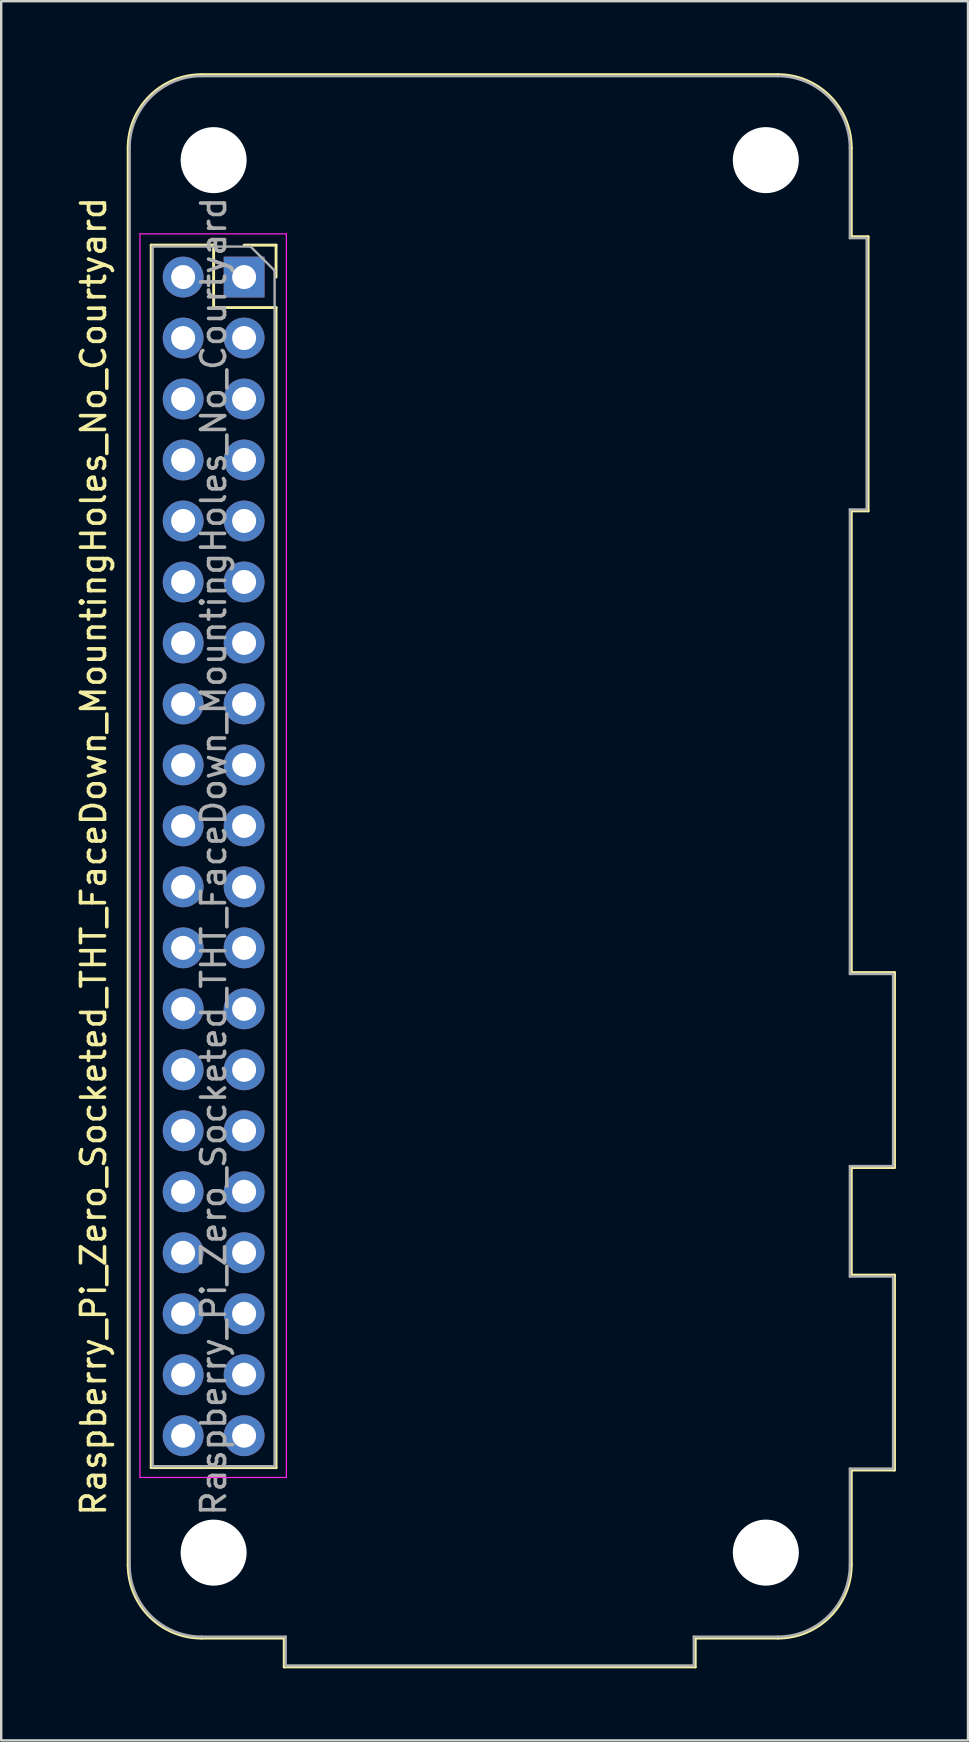
<source format=kicad_pcb>
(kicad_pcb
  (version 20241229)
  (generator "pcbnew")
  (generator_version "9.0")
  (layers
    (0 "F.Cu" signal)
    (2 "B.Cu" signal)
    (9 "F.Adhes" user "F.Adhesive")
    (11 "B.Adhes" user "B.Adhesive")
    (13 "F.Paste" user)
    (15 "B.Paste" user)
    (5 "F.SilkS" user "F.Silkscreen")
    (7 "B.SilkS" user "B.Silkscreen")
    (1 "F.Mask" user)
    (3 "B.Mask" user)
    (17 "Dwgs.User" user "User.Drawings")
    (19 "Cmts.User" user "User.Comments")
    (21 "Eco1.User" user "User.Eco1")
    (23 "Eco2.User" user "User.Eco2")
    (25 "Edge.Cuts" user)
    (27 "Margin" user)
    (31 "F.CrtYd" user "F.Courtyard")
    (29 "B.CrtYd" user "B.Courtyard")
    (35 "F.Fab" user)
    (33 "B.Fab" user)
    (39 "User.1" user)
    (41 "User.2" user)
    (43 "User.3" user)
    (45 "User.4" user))
  (footprint "Raspberry_Pi_Zero_Socketed_THT_FaceDown_MountingHoles_No_Courtyard"
    (layer "F.Cu")
    (at 7.118 8.49)
    (property "Reference" "Raspberry_Pi_Zero_Socketed_THT_FaceDown_MountingHoles_No_Courtyard" (at -6.27 24.13 90) (layer "F.SilkS") (effects (font (size 1 1) (thickness 0.15))))
    (attr through_hole)
    (fp_line (start -4.83 53.63) (end -4.83 -5.37) (stroke (width 0.12) (type solid)) (layer "F.SilkS"))
    (fp_line (start -3.87 -1.33) (end -3.87 49.59) (stroke (width 0.12) (type solid)) (layer "F.SilkS"))
    (fp_line (start -3.87 -1.33) (end -1.27 -1.33) (stroke (width 0.12) (type solid)) (layer "F.SilkS"))
    (fp_line (start -3.87 49.59) (end 1.33 49.59) (stroke (width 0.12) (type solid)) (layer "F.SilkS"))
    (fp_line (start -1.77 -8.43) (end 22.23 -8.43) (stroke (width 0.12) (type solid)) (layer "F.SilkS"))
    (fp_line (start -1.27 -1.33) (end -1.27 1.27) (stroke (width 0.12) (type solid)) (layer "F.SilkS"))
    (fp_line (start -1.27 1.27) (end 1.33 1.27) (stroke (width 0.12) (type solid)) (layer "F.SilkS"))
    (fp_line (start 0 -1.33) (end 1.33 -1.33) (stroke (width 0.12) (type solid)) (layer "F.SilkS"))
    (fp_line (start 1.33 -1.33) (end 1.33 0) (stroke (width 0.12) (type solid)) (layer "F.SilkS"))
    (fp_line (start 1.33 1.27) (end 1.33 49.59) (stroke (width 0.12) (type solid)) (layer "F.SilkS"))
    (fp_line (start 1.67 56.69) (end -1.77 56.69) (stroke (width 0.12) (type solid)) (layer "F.SilkS"))
    (fp_line (start 1.67 56.69) (end 1.67 57.89) (stroke (width 0.12) (type solid)) (layer "F.SilkS"))
    (fp_line (start 1.67 57.89) (end 18.79 57.89) (stroke (width 0.12) (type solid)) (layer "F.SilkS"))
    (fp_line (start 18.79 56.69) (end 22.23 56.69) (stroke (width 0.12) (type solid)) (layer "F.SilkS"))
    (fp_line (start 18.79 57.89) (end 18.79 56.69) (stroke (width 0.12) (type solid)) (layer "F.SilkS"))
    (fp_line (start 25.29 -1.68) (end 25.29 -5.37) (stroke (width 0.12) (type solid)) (layer "F.SilkS"))
    (fp_line (start 25.29 9.74) (end 25.99 9.74) (stroke (width 0.12) (type solid)) (layer "F.SilkS"))
    (fp_line (start 25.29 28.97) (end 25.29 9.74) (stroke (width 0.12) (type solid)) (layer "F.SilkS"))
    (fp_line (start 25.29 37.09) (end 27.09 37.09) (stroke (width 0.12) (type solid)) (layer "F.SilkS"))
    (fp_line (start 25.29 41.57) (end 25.29 37.09) (stroke (width 0.12) (type solid)) (layer "F.SilkS"))
    (fp_line (start 25.29 49.69) (end 27.09 49.69) (stroke (width 0.12) (type solid)) (layer "F.SilkS"))
    (fp_line (start 25.29 53.63) (end 25.29 49.69) (stroke (width 0.12) (type solid)) (layer "F.SilkS"))
    (fp_line (start 25.99 -1.68) (end 25.29 -1.68) (stroke (width 0.12) (type solid)) (layer "F.SilkS"))
    (fp_line (start 25.99 9.74) (end 25.99 -1.68) (stroke (width 0.12) (type solid)) (layer "F.SilkS"))
    (fp_line (start 27.09 28.97) (end 25.29 28.97) (stroke (width 0.12) (type solid)) (layer "F.SilkS"))
    (fp_line (start 27.09 37.09) (end 27.09 28.97) (stroke (width 0.12) (type solid)) (layer "F.SilkS"))
    (fp_line (start 27.09 41.57) (end 25.29 41.57) (stroke (width 0.12) (type solid)) (layer "F.SilkS"))
    (fp_line (start 27.09 49.69) (end 27.09 41.57) (stroke (width 0.12) (type solid)) (layer "F.SilkS"))
    (fp_arc (start -4.83 -5.37) (mid -3.933747 -7.533747) (end -1.77 -8.43) (stroke (width 0.12) (type solid)) (layer "F.SilkS"))
    (fp_arc (start -1.77 56.69) (mid -3.933747 55.793747) (end -4.83 53.63) (stroke (width 0.12) (type solid)) (layer "F.SilkS"))
    (fp_arc (start 22.23 -8.43) (mid 24.393747 -7.533747) (end 25.29 -5.37) (stroke (width 0.12) (type solid)) (layer "F.SilkS"))
    (fp_arc (start 25.29 53.63) (mid 24.393747 55.793747) (end 22.23 56.69) (stroke (width 0.12) (type solid)) (layer "F.SilkS"))
    (fp_line (start -4.34 -1.8) (end 1.76 -1.8) (stroke (width 0.05) (type solid)) (layer "F.CrtYd"))
    (fp_line (start -4.34 50) (end -4.34 -1.8) (stroke (width 0.05) (type solid)) (layer "F.CrtYd"))
    (fp_line (start 1.76 -1.8) (end 1.76 50) (stroke (width 0.05) (type solid)) (layer "F.CrtYd"))
    (fp_line (start 1.76 50) (end -4.34 50) (stroke (width 0.05) (type solid)) (layer "F.CrtYd"))
    (fp_line (start -4.77 53.63) (end -4.77 -5.37) (stroke (width 0.1) (type solid)) (layer "F.Fab"))
    (fp_line (start -3.81 -1.27) (end 0.27 -1.27) (stroke (width 0.1) (type solid)) (layer "F.Fab"))
    (fp_line (start -3.81 49.53) (end -3.81 -1.27) (stroke (width 0.1) (type solid)) (layer "F.Fab"))
    (fp_line (start -1.77 -8.37) (end 22.23 -8.37) (stroke (width 0.1) (type solid)) (layer "F.Fab"))
    (fp_line (start -1.77 56.63) (end 1.73 56.63) (stroke (width 0.1) (type solid)) (layer "F.Fab"))
    (fp_line (start 0.27 -1.27) (end 1.27 -0.27) (stroke (width 0.1) (type solid)) (layer "F.Fab"))
    (fp_line (start 1.27 -0.27) (end 1.27 49.53) (stroke (width 0.1) (type solid)) (layer "F.Fab"))
    (fp_line (start 1.27 49.53) (end -3.81 49.53) (stroke (width 0.1) (type solid)) (layer "F.Fab"))
    (fp_line (start 1.73 56.63) (end 1.73 57.83) (stroke (width 0.1) (type solid)) (layer "F.Fab"))
    (fp_line (start 1.73 57.83) (end 18.73 57.83) (stroke (width 0.1) (type solid)) (layer "F.Fab"))
    (fp_line (start 18.73 56.63) (end 18.73 57.83) (stroke (width 0.1) (type solid)) (layer "F.Fab"))
    (fp_line (start 22.23 56.63) (end 18.73 56.63) (stroke (width 0.1) (type solid)) (layer "F.Fab"))
    (fp_line (start 25.23 -1.62) (end 25.23 -5.37) (stroke (width 0.1) (type solid)) (layer "F.Fab"))
    (fp_line (start 25.23 -1.62) (end 25.93 -1.62) (stroke (width 0.1) (type solid)) (layer "F.Fab"))
    (fp_line (start 25.23 9.68) (end 25.93 9.68) (stroke (width 0.1) (type solid)) (layer "F.Fab"))
    (fp_line (start 25.23 29.03) (end 25.23 9.68) (stroke (width 0.1) (type solid)) (layer "F.Fab"))
    (fp_line (start 25.23 37.03) (end 27.03 37.03) (stroke (width 0.1) (type solid)) (layer "F.Fab"))
    (fp_line (start 25.23 41.63) (end 25.23 37.03) (stroke (width 0.1) (type solid)) (layer "F.Fab"))
    (fp_line (start 25.23 49.63) (end 25.23 53.63) (stroke (width 0.1) (type solid)) (layer "F.Fab"))
    (fp_line (start 25.23 49.63) (end 27.03 49.63) (stroke (width 0.1) (type solid)) (layer "F.Fab"))
    (fp_line (start 25.93 9.68) (end 25.93 -1.62) (stroke (width 0.1) (type solid)) (layer "F.Fab"))
    (fp_line (start 27.03 29.03) (end 25.23 29.03) (stroke (width 0.1) (type solid)) (layer "F.Fab"))
    (fp_line (start 27.03 37.03) (end 27.03 29.03) (stroke (width 0.1) (type solid)) (layer "F.Fab"))
    (fp_line (start 27.03 41.63) (end 25.23 41.63) (stroke (width 0.1) (type solid)) (layer "F.Fab"))
    (fp_line (start 27.03 49.63) (end 27.03 41.63) (stroke (width 0.1) (type solid)) (layer "F.Fab"))
    (fp_arc (start -4.77 -5.37) (mid -3.89132 -7.49132) (end -1.77 -8.37) (stroke (width 0.1) (type solid)) (layer "F.Fab"))
    (fp_arc (start -1.77 56.63) (mid -3.89132 55.75132) (end -4.77 53.63) (stroke (width 0.1) (type solid)) (layer "F.Fab"))
    (fp_arc (start 22.23 -8.37) (mid 24.35132 -7.49132) (end 25.23 -5.37) (stroke (width 0.1) (type solid)) (layer "F.Fab"))
    (fp_arc (start 25.23 53.63) (mid 24.35132 55.75132) (end 22.23 56.63) (stroke (width 0.1) (type solid)) (layer "F.Fab"))
    (fp_text user "${REFERENCE}" (at -1.27 24.13 90) (layer "F.Fab") (effects (font (size 1 1) (thickness 0.15))))
    (pad "" np_thru_hole circle (at -1.27 -4.87 90) (size 2.75 2.75) (drill 2.75) (layers "*.Cu" "*.Mask"))
    (pad "" np_thru_hole circle (at -1.27 53.13 90) (size 2.75 2.75) (drill 2.75) (layers "*.Cu" "*.Mask"))
    (pad "" np_thru_hole circle (at 21.73 -4.87 90) (size 2.75 2.75) (drill 2.75) (layers "*.Cu" "*.Mask"))
    (pad "" np_thru_hole circle (at 21.73 53.13 90) (size 2.75 2.75) (drill 2.75) (layers "*.Cu" "*.Mask"))
    (pad "1" thru_hole rect (at 0 0) (size 1.7 1.7) (drill 1) (layers "*.Cu" "*.Mask"))
    (pad "2" thru_hole oval (at -2.54 0) (size 1.7 1.7) (drill 1) (layers "*.Cu" "*.Mask"))
    (pad "3" thru_hole oval (at 0 2.54) (size 1.7 1.7) (drill 1) (layers "*.Cu" "*.Mask"))
    (pad "4" thru_hole oval (at -2.54 2.54) (size 1.7 1.7) (drill 1) (layers "*.Cu" "*.Mask"))
    (pad "5" thru_hole oval (at 0 5.08) (size 1.7 1.7) (drill 1) (layers "*.Cu" "*.Mask"))
    (pad "6" thru_hole oval (at -2.54 5.08) (size 1.7 1.7) (drill 1) (layers "*.Cu" "*.Mask"))
    (pad "7" thru_hole oval (at 0 7.62) (size 1.7 1.7) (drill 1) (layers "*.Cu" "*.Mask"))
    (pad "8" thru_hole oval (at -2.54 7.62) (size 1.7 1.7) (drill 1) (layers "*.Cu" "*.Mask"))
    (pad "9" thru_hole oval (at 0 10.16) (size 1.7 1.7) (drill 1) (layers "*.Cu" "*.Mask"))
    (pad "10" thru_hole oval (at -2.54 10.16) (size 1.7 1.7) (drill 1) (layers "*.Cu" "*.Mask"))
    (pad "11" thru_hole oval (at 0 12.7) (size 1.7 1.7) (drill 1) (layers "*.Cu" "*.Mask"))
    (pad "12" thru_hole oval (at -2.54 12.7) (size 1.7 1.7) (drill 1) (layers "*.Cu" "*.Mask"))
    (pad "13" thru_hole oval (at 0 15.24) (size 1.7 1.7) (drill 1) (layers "*.Cu" "*.Mask"))
    (pad "14" thru_hole oval (at -2.54 15.24) (size 1.7 1.7) (drill 1) (layers "*.Cu" "*.Mask"))
    (pad "15" thru_hole oval (at 0 17.78) (size 1.7 1.7) (drill 1) (layers "*.Cu" "*.Mask"))
    (pad "16" thru_hole oval (at -2.54 17.78) (size 1.7 1.7) (drill 1) (layers "*.Cu" "*.Mask"))
    (pad "17" thru_hole oval (at 0 20.32) (size 1.7 1.7) (drill 1) (layers "*.Cu" "*.Mask"))
    (pad "18" thru_hole oval (at -2.54 20.32) (size 1.7 1.7) (drill 1) (layers "*.Cu" "*.Mask"))
    (pad "19" thru_hole oval (at 0 22.86) (size 1.7 1.7) (drill 1) (layers "*.Cu" "*.Mask"))
    (pad "20" thru_hole oval (at -2.54 22.86) (size 1.7 1.7) (drill 1) (layers "*.Cu" "*.Mask"))
    (pad "21" thru_hole oval (at 0 25.4) (size 1.7 1.7) (drill 1) (layers "*.Cu" "*.Mask"))
    (pad "22" thru_hole oval (at -2.54 25.4) (size 1.7 1.7) (drill 1) (layers "*.Cu" "*.Mask"))
    (pad "23" thru_hole oval (at 0 27.94) (size 1.7 1.7) (drill 1) (layers "*.Cu" "*.Mask"))
    (pad "24" thru_hole oval (at -2.54 27.94) (size 1.7 1.7) (drill 1) (layers "*.Cu" "*.Mask"))
    (pad "25" thru_hole oval (at 0 30.48) (size 1.7 1.7) (drill 1) (layers "*.Cu" "*.Mask"))
    (pad "26" thru_hole oval (at -2.54 30.48) (size 1.7 1.7) (drill 1) (layers "*.Cu" "*.Mask"))
    (pad "27" thru_hole oval (at 0 33.02) (size 1.7 1.7) (drill 1) (layers "*.Cu" "*.Mask"))
    (pad "28" thru_hole oval (at -2.54 33.02) (size 1.7 1.7) (drill 1) (layers "*.Cu" "*.Mask"))
    (pad "29" thru_hole oval (at 0 35.56) (size 1.7 1.7) (drill 1) (layers "*.Cu" "*.Mask"))
    (pad "30" thru_hole oval (at -2.54 35.56) (size 1.7 1.7) (drill 1) (layers "*.Cu" "*.Mask"))
    (pad "31" thru_hole oval (at 0 38.1) (size 1.7 1.7) (drill 1) (layers "*.Cu" "*.Mask"))
    (pad "32" thru_hole oval (at -2.54 38.1) (size 1.7 1.7) (drill 1) (layers "*.Cu" "*.Mask"))
    (pad "33" thru_hole oval (at 0 40.64) (size 1.7 1.7) (drill 1) (layers "*.Cu" "*.Mask"))
    (pad "34" thru_hole oval (at -2.54 40.64) (size 1.7 1.7) (drill 1) (layers "*.Cu" "*.Mask"))
    (pad "35" thru_hole oval (at 0 43.18) (size 1.7 1.7) (drill 1) (layers "*.Cu" "*.Mask"))
    (pad "36" thru_hole oval (at -2.54 43.18) (size 1.7 1.7) (drill 1) (layers "*.Cu" "*.Mask"))
    (pad "37" thru_hole oval (at 0 45.72) (size 1.7 1.7) (drill 1) (layers "*.Cu" "*.Mask"))
    (pad "38" thru_hole oval (at -2.54 45.72) (size 1.7 1.7) (drill 1) (layers "*.Cu" "*.Mask"))
    (pad "39" thru_hole oval (at 0 48.26) (size 1.7 1.7) (drill 1) (layers "*.Cu" "*.Mask"))
    (pad "40" thru_hole oval (at -2.54 48.26) (size 1.7 1.7) (drill 1) (layers "*.Cu" "*.Mask")))
  (gr_rect
    (start -3 -3)
    (end 37.268 69.44)
    (stroke (width 0.1) (type default))
    (fill no)
    (layer "Edge.Cuts")))
</source>
